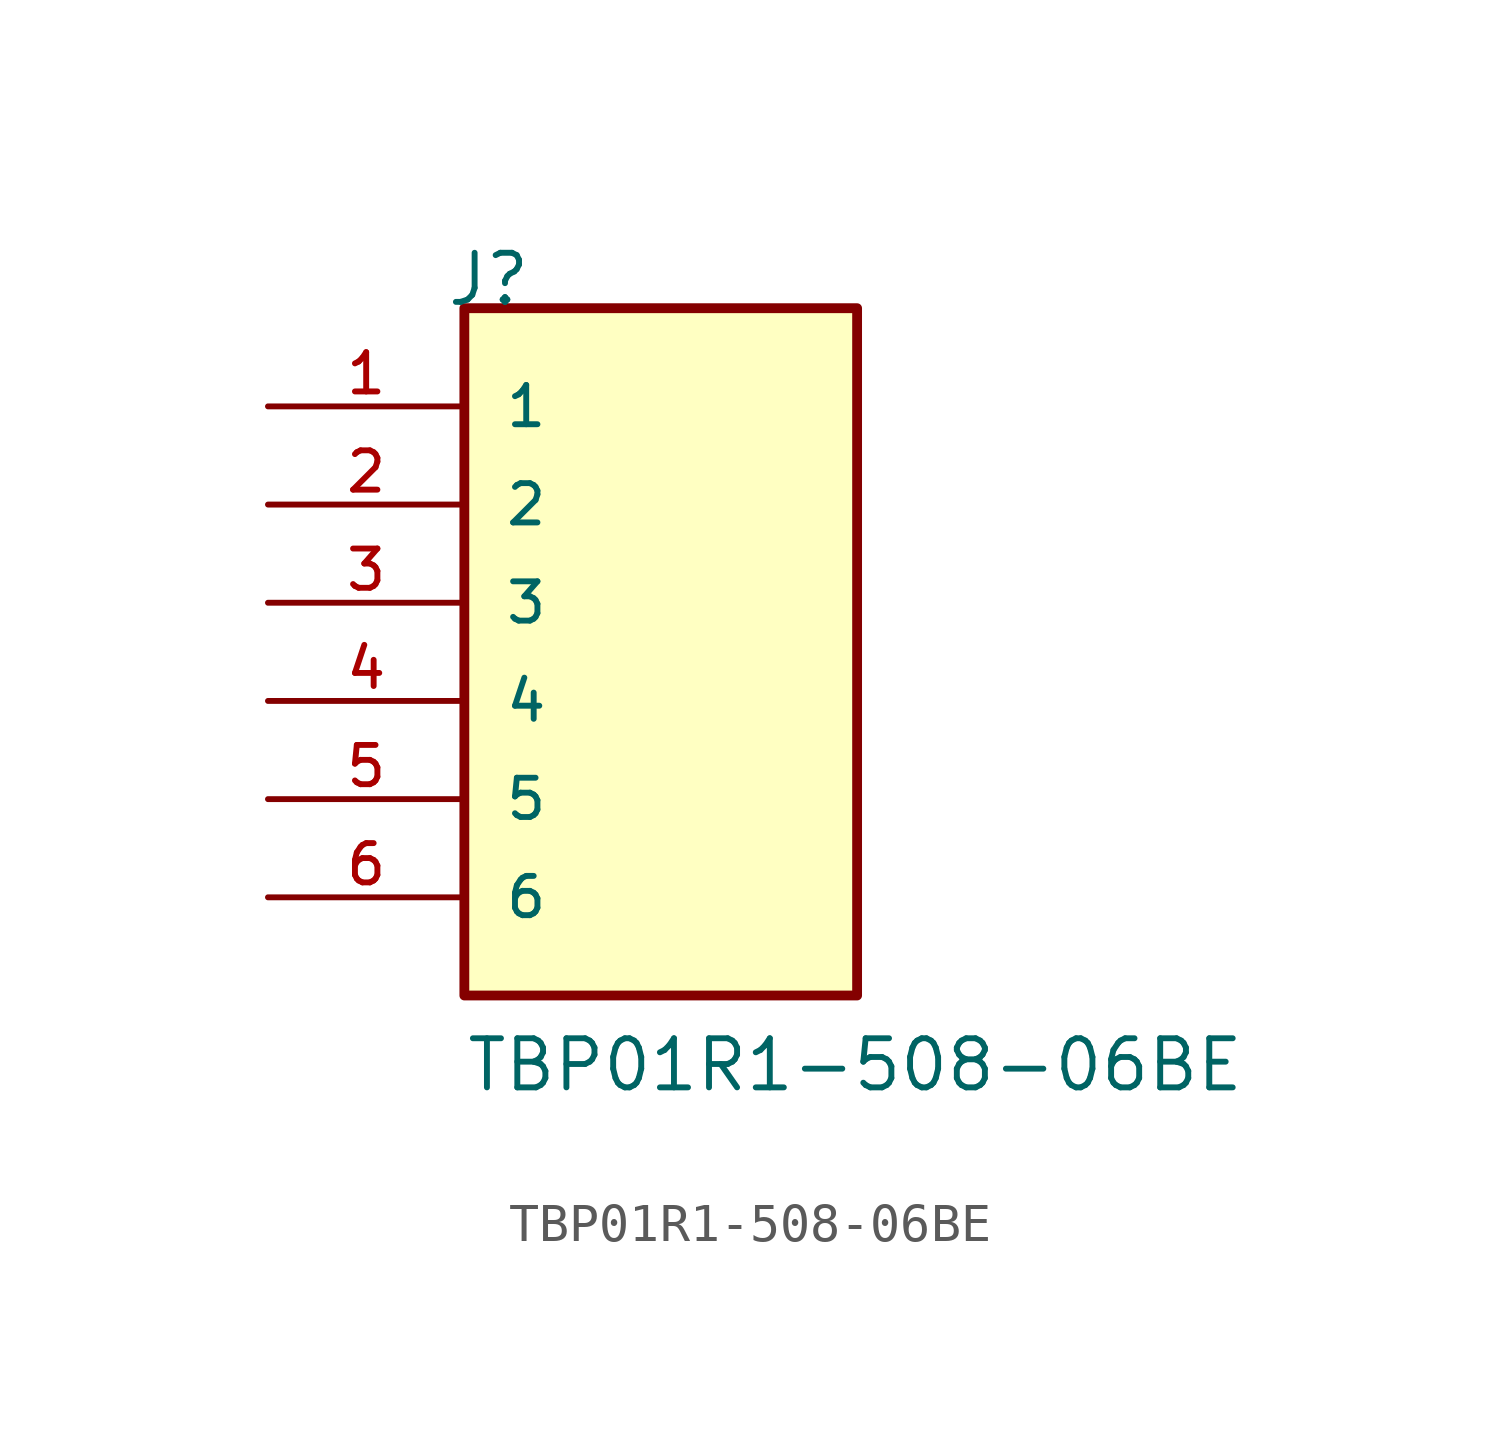
<source format=kicad_sym>
(kicad_symbol_lib
  (version 20231120)
  (generator "kicad_symbol_editor")
  (generator_version "8.0")
  (symbol "TBP01R1-508-06BE"
    (pin_names
      (offset 1.016))
    (property "Reference" "J"
      (at -5.58 10.16 0)
      (effects (font (size 1.27 1.27)) (justify left bottom)))
    (property "Value" "TBP01R1-508-06BE"
      (at -5.08 -10.16 0)
      (effects (font (size 1.27 1.27)) (justify left bottom)))
    (symbol "TBP01R1-508-06BE_0_0"
      (rectangle (start -5.08 -7.62) (end 5.08 10.16) (stroke (width 0.254) (type default)) (fill (type background)))
      (pin passive line (at -10.16 7.62 0) (length 5.08) (name "1" (effects (font (size 1.016 1.016)))) (number "1" (effects (font (size 1.016 1.016)))))
      (pin passive line (at -10.16 5.08 0) (length 5.08) (name "2" (effects (font (size 1.016 1.016)))) (number "2" (effects (font (size 1.016 1.016)))))
      (pin passive line (at -10.16 2.54 0) (length 5.08) (name "3" (effects (font (size 1.016 1.016)))) (number "3" (effects (font (size 1.016 1.016)))))
      (pin passive line (at -10.16 0 0) (length 5.08) (name "4" (effects (font (size 1.016 1.016)))) (number "4" (effects (font (size 1.016 1.016)))))
      (pin passive line (at -10.16 -2.54 0) (length 5.08) (name "5" (effects (font (size 1.016 1.016)))) (number "5" (effects (font (size 1.016 1.016)))))
      (pin passive line (at -10.16 -5.08 0) (length 5.08) (name "6" (effects (font (size 1.016 1.016)))) (number "6" (effects (font (size 1.016 1.016))))))))
</source>
